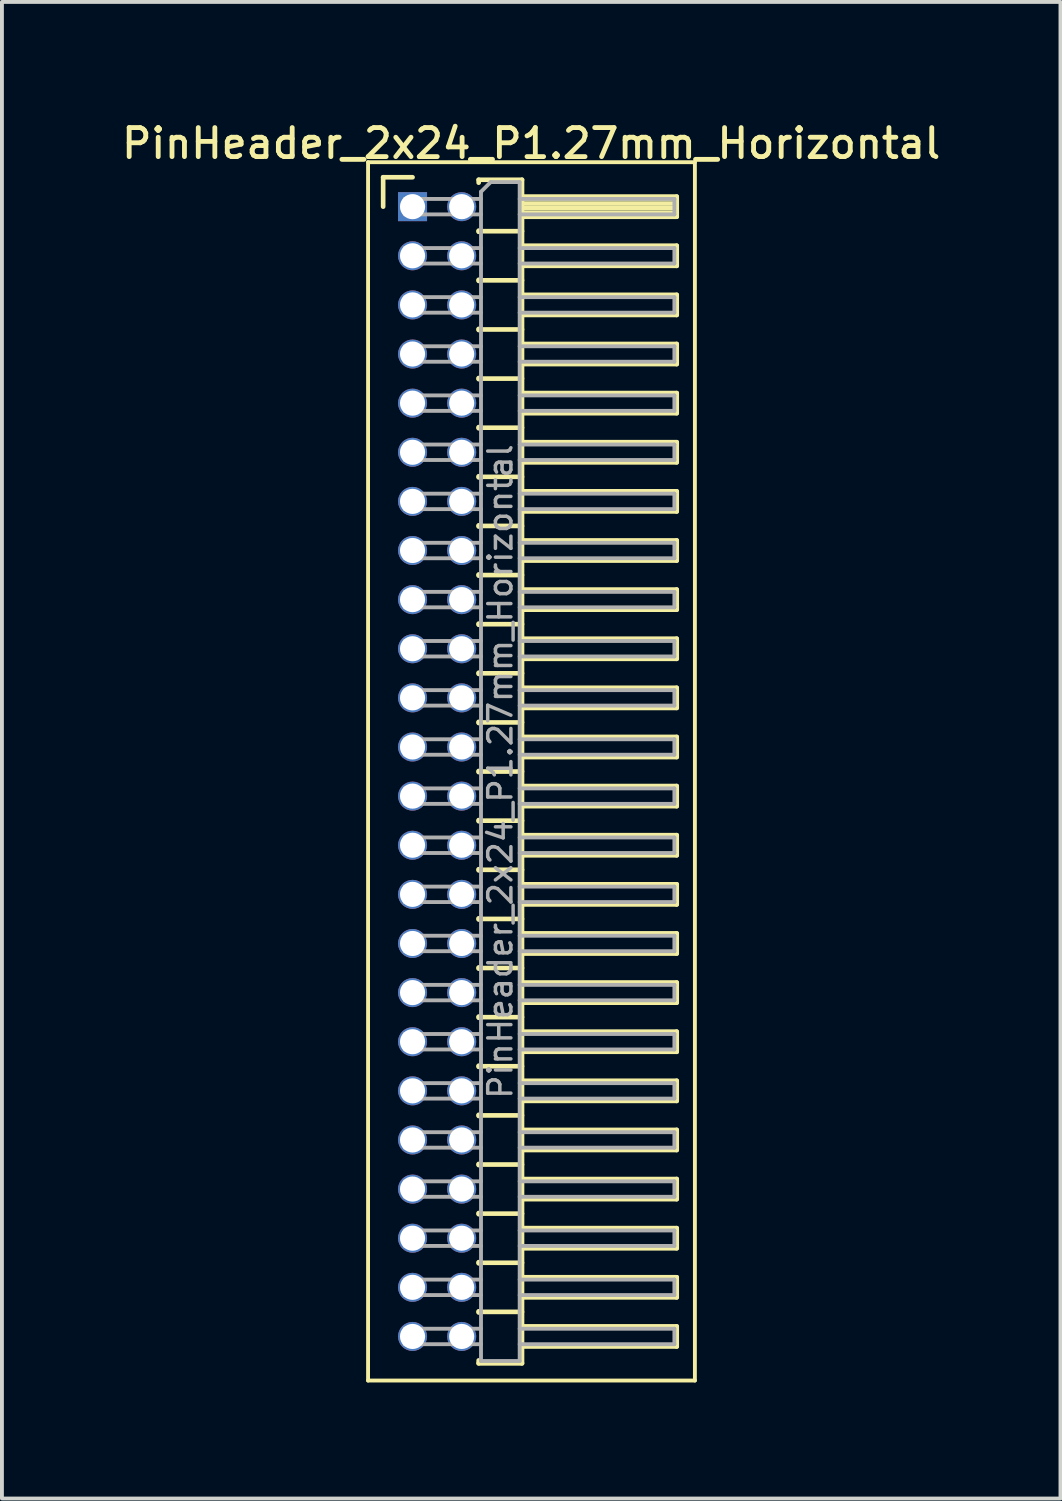
<source format=kicad_pcb>
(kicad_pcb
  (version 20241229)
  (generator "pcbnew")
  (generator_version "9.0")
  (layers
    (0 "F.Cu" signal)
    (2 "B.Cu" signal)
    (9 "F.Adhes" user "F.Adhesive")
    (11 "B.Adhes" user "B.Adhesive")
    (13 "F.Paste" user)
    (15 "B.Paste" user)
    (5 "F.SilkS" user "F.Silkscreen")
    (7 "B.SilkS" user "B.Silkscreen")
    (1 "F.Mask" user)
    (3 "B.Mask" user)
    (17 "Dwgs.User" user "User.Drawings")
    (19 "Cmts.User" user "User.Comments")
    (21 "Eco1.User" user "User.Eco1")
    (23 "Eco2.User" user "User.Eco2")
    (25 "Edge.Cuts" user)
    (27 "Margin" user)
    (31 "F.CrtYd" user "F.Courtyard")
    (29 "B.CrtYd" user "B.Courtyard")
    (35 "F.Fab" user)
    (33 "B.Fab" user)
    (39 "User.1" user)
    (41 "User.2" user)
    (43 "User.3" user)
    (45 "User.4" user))
  (footprint "PinHeader_2x24_P1.27mm_Horizontal"
    (layer "F.Cu")
    (at 7.616 2.293)
    (property "Reference" "PinHeader_2x24_P1.27mm_Horizontal" (at 3.067 -1.635 0) (layer "F.SilkS") (effects (font (size 0.75 0.75) (thickness 0.125))))
    (attr through_hole)
    (fp_line (start -1.15 -1.15) (end -1.15 30.35) (stroke (width 0.1) (type solid)) (layer "F.SilkS"))
    (fp_line (start -1.15 30.35) (end 7.3 30.35) (stroke (width 0.1) (type solid)) (layer "F.SilkS"))
    (fp_line (start -0.76 -0.76) (end 0 -0.76) (stroke (width 0.12) (type solid)) (layer "F.SilkS"))
    (fp_line (start -0.76 0) (end -0.76 -0.76) (stroke (width 0.12) (type solid)) (layer "F.SilkS"))
    (fp_line (start 1.71 -0.695) (end 2.83 -0.695) (stroke (width 0.12) (type solid)) (layer "F.SilkS"))
    (fp_line (start 1.71 -0.62) (end 1.71 -0.695) (stroke (width 0.12) (type solid)) (layer "F.SilkS"))
    (fp_line (start 1.71 0.62) (end 1.71 0.65) (stroke (width 0.12) (type solid)) (layer "F.SilkS"))
    (fp_line (start 1.71 0.635) (end 2.83 0.635) (stroke (width 0.12) (type solid)) (layer "F.SilkS"))
    (fp_line (start 1.71 1.89) (end 1.71 1.92) (stroke (width 0.12) (type solid)) (layer "F.SilkS"))
    (fp_line (start 1.71 1.905) (end 2.83 1.905) (stroke (width 0.12) (type solid)) (layer "F.SilkS"))
    (fp_line (start 1.71 3.16) (end 1.71 3.19) (stroke (width 0.12) (type solid)) (layer "F.SilkS"))
    (fp_line (start 1.71 3.175) (end 2.83 3.175) (stroke (width 0.12) (type solid)) (layer "F.SilkS"))
    (fp_line (start 1.71 4.43) (end 1.71 4.46) (stroke (width 0.12) (type solid)) (layer "F.SilkS"))
    (fp_line (start 1.71 4.445) (end 2.83 4.445) (stroke (width 0.12) (type solid)) (layer "F.SilkS"))
    (fp_line (start 1.71 5.7) (end 1.71 5.73) (stroke (width 0.12) (type solid)) (layer "F.SilkS"))
    (fp_line (start 1.71 5.715) (end 2.83 5.715) (stroke (width 0.12) (type solid)) (layer "F.SilkS"))
    (fp_line (start 1.71 6.97) (end 1.71 7) (stroke (width 0.12) (type solid)) (layer "F.SilkS"))
    (fp_line (start 1.71 6.985) (end 2.83 6.985) (stroke (width 0.12) (type solid)) (layer "F.SilkS"))
    (fp_line (start 1.71 8.24) (end 1.71 8.27) (stroke (width 0.12) (type solid)) (layer "F.SilkS"))
    (fp_line (start 1.71 8.255) (end 2.83 8.255) (stroke (width 0.12) (type solid)) (layer "F.SilkS"))
    (fp_line (start 1.71 9.51) (end 1.71 9.54) (stroke (width 0.12) (type solid)) (layer "F.SilkS"))
    (fp_line (start 1.71 9.525) (end 2.83 9.525) (stroke (width 0.12) (type solid)) (layer "F.SilkS"))
    (fp_line (start 1.71 10.78) (end 1.71 10.81) (stroke (width 0.12) (type solid)) (layer "F.SilkS"))
    (fp_line (start 1.71 10.795) (end 2.83 10.795) (stroke (width 0.12) (type solid)) (layer "F.SilkS"))
    (fp_line (start 1.71 12.05) (end 1.71 12.08) (stroke (width 0.12) (type solid)) (layer "F.SilkS"))
    (fp_line (start 1.71 12.065) (end 2.83 12.065) (stroke (width 0.12) (type solid)) (layer "F.SilkS"))
    (fp_line (start 1.71 13.32) (end 1.71 13.35) (stroke (width 0.12) (type solid)) (layer "F.SilkS"))
    (fp_line (start 1.71 13.335) (end 2.83 13.335) (stroke (width 0.12) (type solid)) (layer "F.SilkS"))
    (fp_line (start 1.71 14.59) (end 1.71 14.62) (stroke (width 0.12) (type solid)) (layer "F.SilkS"))
    (fp_line (start 1.71 14.605) (end 2.83 14.605) (stroke (width 0.12) (type solid)) (layer "F.SilkS"))
    (fp_line (start 1.71 15.86) (end 1.71 15.89) (stroke (width 0.12) (type solid)) (layer "F.SilkS"))
    (fp_line (start 1.71 15.875) (end 2.83 15.875) (stroke (width 0.12) (type solid)) (layer "F.SilkS"))
    (fp_line (start 1.71 17.13) (end 1.71 17.16) (stroke (width 0.12) (type solid)) (layer "F.SilkS"))
    (fp_line (start 1.71 17.145) (end 2.83 17.145) (stroke (width 0.12) (type solid)) (layer "F.SilkS"))
    (fp_line (start 1.71 18.4) (end 1.71 18.43) (stroke (width 0.12) (type solid)) (layer "F.SilkS"))
    (fp_line (start 1.71 18.415) (end 2.83 18.415) (stroke (width 0.12) (type solid)) (layer "F.SilkS"))
    (fp_line (start 1.71 19.67) (end 1.71 19.7) (stroke (width 0.12) (type solid)) (layer "F.SilkS"))
    (fp_line (start 1.71 19.685) (end 2.83 19.685) (stroke (width 0.12) (type solid)) (layer "F.SilkS"))
    (fp_line (start 1.71 20.94) (end 1.71 20.97) (stroke (width 0.12) (type solid)) (layer "F.SilkS"))
    (fp_line (start 1.71 20.955) (end 2.83 20.955) (stroke (width 0.12) (type solid)) (layer "F.SilkS"))
    (fp_line (start 1.71 22.21) (end 1.71 22.24) (stroke (width 0.12) (type solid)) (layer "F.SilkS"))
    (fp_line (start 1.71 22.225) (end 2.83 22.225) (stroke (width 0.12) (type solid)) (layer "F.SilkS"))
    (fp_line (start 1.71 23.48) (end 1.71 23.51) (stroke (width 0.12) (type solid)) (layer "F.SilkS"))
    (fp_line (start 1.71 23.495) (end 2.83 23.495) (stroke (width 0.12) (type solid)) (layer "F.SilkS"))
    (fp_line (start 1.71 24.75) (end 1.71 24.78) (stroke (width 0.12) (type solid)) (layer "F.SilkS"))
    (fp_line (start 1.71 24.765) (end 2.83 24.765) (stroke (width 0.12) (type solid)) (layer "F.SilkS"))
    (fp_line (start 1.71 26.02) (end 1.71 26.05) (stroke (width 0.12) (type solid)) (layer "F.SilkS"))
    (fp_line (start 1.71 26.035) (end 2.83 26.035) (stroke (width 0.12) (type solid)) (layer "F.SilkS"))
    (fp_line (start 1.71 27.29) (end 1.71 27.32) (stroke (width 0.12) (type solid)) (layer "F.SilkS"))
    (fp_line (start 1.71 27.305) (end 2.83 27.305) (stroke (width 0.12) (type solid)) (layer "F.SilkS"))
    (fp_line (start 1.71 28.56) (end 1.71 28.59) (stroke (width 0.12) (type solid)) (layer "F.SilkS"))
    (fp_line (start 1.71 28.575) (end 2.83 28.575) (stroke (width 0.12) (type solid)) (layer "F.SilkS"))
    (fp_line (start 1.71 29.905) (end 1.71 29.83) (stroke (width 0.12) (type solid)) (layer "F.SilkS"))
    (fp_line (start 2.83 -0.695) (end 2.83 29.905) (stroke (width 0.12) (type solid)) (layer "F.SilkS"))
    (fp_line (start 2.83 -0.26) (end 6.83 -0.26) (stroke (width 0.12) (type solid)) (layer "F.SilkS"))
    (fp_line (start 2.83 -0.2) (end 6.83 -0.2) (stroke (width 0.12) (type solid)) (layer "F.SilkS"))
    (fp_line (start 2.83 -0.08) (end 6.83 -0.08) (stroke (width 0.12) (type solid)) (layer "F.SilkS"))
    (fp_line (start 2.83 0.04) (end 6.83 0.04) (stroke (width 0.12) (type solid)) (layer "F.SilkS"))
    (fp_line (start 2.83 0.16) (end 6.83 0.16) (stroke (width 0.12) (type solid)) (layer "F.SilkS"))
    (fp_line (start 2.83 1.01) (end 6.83 1.01) (stroke (width 0.12) (type solid)) (layer "F.SilkS"))
    (fp_line (start 2.83 2.28) (end 6.83 2.28) (stroke (width 0.12) (type solid)) (layer "F.SilkS"))
    (fp_line (start 2.83 3.55) (end 6.83 3.55) (stroke (width 0.12) (type solid)) (layer "F.SilkS"))
    (fp_line (start 2.83 4.82) (end 6.83 4.82) (stroke (width 0.12) (type solid)) (layer "F.SilkS"))
    (fp_line (start 2.83 6.09) (end 6.83 6.09) (stroke (width 0.12) (type solid)) (layer "F.SilkS"))
    (fp_line (start 2.83 7.36) (end 6.83 7.36) (stroke (width 0.12) (type solid)) (layer "F.SilkS"))
    (fp_line (start 2.83 8.63) (end 6.83 8.63) (stroke (width 0.12) (type solid)) (layer "F.SilkS"))
    (fp_line (start 2.83 9.9) (end 6.83 9.9) (stroke (width 0.12) (type solid)) (layer "F.SilkS"))
    (fp_line (start 2.83 11.17) (end 6.83 11.17) (stroke (width 0.12) (type solid)) (layer "F.SilkS"))
    (fp_line (start 2.83 12.44) (end 6.83 12.44) (stroke (width 0.12) (type solid)) (layer "F.SilkS"))
    (fp_line (start 2.83 13.71) (end 6.83 13.71) (stroke (width 0.12) (type solid)) (layer "F.SilkS"))
    (fp_line (start 2.83 14.98) (end 6.83 14.98) (stroke (width 0.12) (type solid)) (layer "F.SilkS"))
    (fp_line (start 2.83 16.25) (end 6.83 16.25) (stroke (width 0.12) (type solid)) (layer "F.SilkS"))
    (fp_line (start 2.83 17.52) (end 6.83 17.52) (stroke (width 0.12) (type solid)) (layer "F.SilkS"))
    (fp_line (start 2.83 18.79) (end 6.83 18.79) (stroke (width 0.12) (type solid)) (layer "F.SilkS"))
    (fp_line (start 2.83 20.06) (end 6.83 20.06) (stroke (width 0.12) (type solid)) (layer "F.SilkS"))
    (fp_line (start 2.83 21.33) (end 6.83 21.33) (stroke (width 0.12) (type solid)) (layer "F.SilkS"))
    (fp_line (start 2.83 22.6) (end 6.83 22.6) (stroke (width 0.12) (type solid)) (layer "F.SilkS"))
    (fp_line (start 2.83 23.87) (end 6.83 23.87) (stroke (width 0.12) (type solid)) (layer "F.SilkS"))
    (fp_line (start 2.83 25.14) (end 6.83 25.14) (stroke (width 0.12) (type solid)) (layer "F.SilkS"))
    (fp_line (start 2.83 26.41) (end 6.83 26.41) (stroke (width 0.12) (type solid)) (layer "F.SilkS"))
    (fp_line (start 2.83 27.68) (end 6.83 27.68) (stroke (width 0.12) (type solid)) (layer "F.SilkS"))
    (fp_line (start 2.83 28.95) (end 6.83 28.95) (stroke (width 0.12) (type solid)) (layer "F.SilkS"))
    (fp_line (start 2.83 29.905) (end 1.71 29.905) (stroke (width 0.12) (type solid)) (layer "F.SilkS"))
    (fp_line (start 6.83 -0.26) (end 6.83 0.26) (stroke (width 0.12) (type solid)) (layer "F.SilkS"))
    (fp_line (start 6.83 0.26) (end 2.83 0.26) (stroke (width 0.12) (type solid)) (layer "F.SilkS"))
    (fp_line (start 6.83 1.01) (end 6.83 1.53) (stroke (width 0.12) (type solid)) (layer "F.SilkS"))
    (fp_line (start 6.83 1.53) (end 2.83 1.53) (stroke (width 0.12) (type solid)) (layer "F.SilkS"))
    (fp_line (start 6.83 2.28) (end 6.83 2.8) (stroke (width 0.12) (type solid)) (layer "F.SilkS"))
    (fp_line (start 6.83 2.8) (end 2.83 2.8) (stroke (width 0.12) (type solid)) (layer "F.SilkS"))
    (fp_line (start 6.83 3.55) (end 6.83 4.07) (stroke (width 0.12) (type solid)) (layer "F.SilkS"))
    (fp_line (start 6.83 4.07) (end 2.83 4.07) (stroke (width 0.12) (type solid)) (layer "F.SilkS"))
    (fp_line (start 6.83 4.82) (end 6.83 5.34) (stroke (width 0.12) (type solid)) (layer "F.SilkS"))
    (fp_line (start 6.83 5.34) (end 2.83 5.34) (stroke (width 0.12) (type solid)) (layer "F.SilkS"))
    (fp_line (start 6.83 6.09) (end 6.83 6.61) (stroke (width 0.12) (type solid)) (layer "F.SilkS"))
    (fp_line (start 6.83 6.61) (end 2.83 6.61) (stroke (width 0.12) (type solid)) (layer "F.SilkS"))
    (fp_line (start 6.83 7.36) (end 6.83 7.88) (stroke (width 0.12) (type solid)) (layer "F.SilkS"))
    (fp_line (start 6.83 7.88) (end 2.83 7.88) (stroke (width 0.12) (type solid)) (layer "F.SilkS"))
    (fp_line (start 6.83 8.63) (end 6.83 9.15) (stroke (width 0.12) (type solid)) (layer "F.SilkS"))
    (fp_line (start 6.83 9.15) (end 2.83 9.15) (stroke (width 0.12) (type solid)) (layer "F.SilkS"))
    (fp_line (start 6.83 9.9) (end 6.83 10.42) (stroke (width 0.12) (type solid)) (layer "F.SilkS"))
    (fp_line (start 6.83 10.42) (end 2.83 10.42) (stroke (width 0.12) (type solid)) (layer "F.SilkS"))
    (fp_line (start 6.83 11.17) (end 6.83 11.69) (stroke (width 0.12) (type solid)) (layer "F.SilkS"))
    (fp_line (start 6.83 11.69) (end 2.83 11.69) (stroke (width 0.12) (type solid)) (layer "F.SilkS"))
    (fp_line (start 6.83 12.44) (end 6.83 12.96) (stroke (width 0.12) (type solid)) (layer "F.SilkS"))
    (fp_line (start 6.83 12.96) (end 2.83 12.96) (stroke (width 0.12) (type solid)) (layer "F.SilkS"))
    (fp_line (start 6.83 13.71) (end 6.83 14.23) (stroke (width 0.12) (type solid)) (layer "F.SilkS"))
    (fp_line (start 6.83 14.23) (end 2.83 14.23) (stroke (width 0.12) (type solid)) (layer "F.SilkS"))
    (fp_line (start 6.83 14.98) (end 6.83 15.5) (stroke (width 0.12) (type solid)) (layer "F.SilkS"))
    (fp_line (start 6.83 15.5) (end 2.83 15.5) (stroke (width 0.12) (type solid)) (layer "F.SilkS"))
    (fp_line (start 6.83 16.25) (end 6.83 16.77) (stroke (width 0.12) (type solid)) (layer "F.SilkS"))
    (fp_line (start 6.83 16.77) (end 2.83 16.77) (stroke (width 0.12) (type solid)) (layer "F.SilkS"))
    (fp_line (start 6.83 17.52) (end 6.83 18.04) (stroke (width 0.12) (type solid)) (layer "F.SilkS"))
    (fp_line (start 6.83 18.04) (end 2.83 18.04) (stroke (width 0.12) (type solid)) (layer "F.SilkS"))
    (fp_line (start 6.83 18.79) (end 6.83 19.31) (stroke (width 0.12) (type solid)) (layer "F.SilkS"))
    (fp_line (start 6.83 19.31) (end 2.83 19.31) (stroke (width 0.12) (type solid)) (layer "F.SilkS"))
    (fp_line (start 6.83 20.06) (end 6.83 20.58) (stroke (width 0.12) (type solid)) (layer "F.SilkS"))
    (fp_line (start 6.83 20.58) (end 2.83 20.58) (stroke (width 0.12) (type solid)) (layer "F.SilkS"))
    (fp_line (start 6.83 21.33) (end 6.83 21.85) (stroke (width 0.12) (type solid)) (layer "F.SilkS"))
    (fp_line (start 6.83 21.85) (end 2.83 21.85) (stroke (width 0.12) (type solid)) (layer "F.SilkS"))
    (fp_line (start 6.83 22.6) (end 6.83 23.12) (stroke (width 0.12) (type solid)) (layer "F.SilkS"))
    (fp_line (start 6.83 23.12) (end 2.83 23.12) (stroke (width 0.12) (type solid)) (layer "F.SilkS"))
    (fp_line (start 6.83 23.87) (end 6.83 24.39) (stroke (width 0.12) (type solid)) (layer "F.SilkS"))
    (fp_line (start 6.83 24.39) (end 2.83 24.39) (stroke (width 0.12) (type solid)) (layer "F.SilkS"))
    (fp_line (start 6.83 25.14) (end 6.83 25.66) (stroke (width 0.12) (type solid)) (layer "F.SilkS"))
    (fp_line (start 6.83 25.66) (end 2.83 25.66) (stroke (width 0.12) (type solid)) (layer "F.SilkS"))
    (fp_line (start 6.83 26.41) (end 6.83 26.93) (stroke (width 0.12) (type solid)) (layer "F.SilkS"))
    (fp_line (start 6.83 26.93) (end 2.83 26.93) (stroke (width 0.12) (type solid)) (layer "F.SilkS"))
    (fp_line (start 6.83 27.68) (end 6.83 28.2) (stroke (width 0.12) (type solid)) (layer "F.SilkS"))
    (fp_line (start 6.83 28.2) (end 2.83 28.2) (stroke (width 0.12) (type solid)) (layer "F.SilkS"))
    (fp_line (start 6.83 28.95) (end 6.83 29.47) (stroke (width 0.12) (type solid)) (layer "F.SilkS"))
    (fp_line (start 6.83 29.47) (end 2.83 29.47) (stroke (width 0.12) (type solid)) (layer "F.SilkS"))
    (fp_line (start 7.3 -1.15) (end -1.15 -1.15) (stroke (width 0.1) (type solid)) (layer "F.SilkS"))
    (fp_line (start 7.3 30.35) (end 7.3 -1.15) (stroke (width 0.1) (type solid)) (layer "F.SilkS"))
    (fp_line (start -0.2 -0.2) (end -0.2 0.2) (stroke (width 0.1) (type solid)) (layer "F.Fab"))
    (fp_line (start -0.2 -0.2) (end 1.77 -0.2) (stroke (width 0.1) (type solid)) (layer "F.Fab"))
    (fp_line (start -0.2 0.2) (end 1.77 0.2) (stroke (width 0.1) (type solid)) (layer "F.Fab"))
    (fp_line (start -0.2 1.07) (end -0.2 1.47) (stroke (width 0.1) (type solid)) (layer "F.Fab"))
    (fp_line (start -0.2 1.07) (end 1.77 1.07) (stroke (width 0.1) (type solid)) (layer "F.Fab"))
    (fp_line (start -0.2 1.47) (end 1.77 1.47) (stroke (width 0.1) (type solid)) (layer "F.Fab"))
    (fp_line (start -0.2 2.34) (end -0.2 2.74) (stroke (width 0.1) (type solid)) (layer "F.Fab"))
    (fp_line (start -0.2 2.34) (end 1.77 2.34) (stroke (width 0.1) (type solid)) (layer "F.Fab"))
    (fp_line (start -0.2 2.74) (end 1.77 2.74) (stroke (width 0.1) (type solid)) (layer "F.Fab"))
    (fp_line (start -0.2 3.61) (end -0.2 4.01) (stroke (width 0.1) (type solid)) (layer "F.Fab"))
    (fp_line (start -0.2 3.61) (end 1.77 3.61) (stroke (width 0.1) (type solid)) (layer "F.Fab"))
    (fp_line (start -0.2 4.01) (end 1.77 4.01) (stroke (width 0.1) (type solid)) (layer "F.Fab"))
    (fp_line (start -0.2 4.88) (end -0.2 5.28) (stroke (width 0.1) (type solid)) (layer "F.Fab"))
    (fp_line (start -0.2 4.88) (end 1.77 4.88) (stroke (width 0.1) (type solid)) (layer "F.Fab"))
    (fp_line (start -0.2 5.28) (end 1.77 5.28) (stroke (width 0.1) (type solid)) (layer "F.Fab"))
    (fp_line (start -0.2 6.15) (end -0.2 6.55) (stroke (width 0.1) (type solid)) (layer "F.Fab"))
    (fp_line (start -0.2 6.15) (end 1.77 6.15) (stroke (width 0.1) (type solid)) (layer "F.Fab"))
    (fp_line (start -0.2 6.55) (end 1.77 6.55) (stroke (width 0.1) (type solid)) (layer "F.Fab"))
    (fp_line (start -0.2 7.42) (end -0.2 7.82) (stroke (width 0.1) (type solid)) (layer "F.Fab"))
    (fp_line (start -0.2 7.42) (end 1.77 7.42) (stroke (width 0.1) (type solid)) (layer "F.Fab"))
    (fp_line (start -0.2 7.82) (end 1.77 7.82) (stroke (width 0.1) (type solid)) (layer "F.Fab"))
    (fp_line (start -0.2 8.69) (end -0.2 9.09) (stroke (width 0.1) (type solid)) (layer "F.Fab"))
    (fp_line (start -0.2 8.69) (end 1.77 8.69) (stroke (width 0.1) (type solid)) (layer "F.Fab"))
    (fp_line (start -0.2 9.09) (end 1.77 9.09) (stroke (width 0.1) (type solid)) (layer "F.Fab"))
    (fp_line (start -0.2 9.96) (end -0.2 10.36) (stroke (width 0.1) (type solid)) (layer "F.Fab"))
    (fp_line (start -0.2 9.96) (end 1.77 9.96) (stroke (width 0.1) (type solid)) (layer "F.Fab"))
    (fp_line (start -0.2 10.36) (end 1.77 10.36) (stroke (width 0.1) (type solid)) (layer "F.Fab"))
    (fp_line (start -0.2 11.23) (end -0.2 11.63) (stroke (width 0.1) (type solid)) (layer "F.Fab"))
    (fp_line (start -0.2 11.23) (end 1.77 11.23) (stroke (width 0.1) (type solid)) (layer "F.Fab"))
    (fp_line (start -0.2 11.63) (end 1.77 11.63) (stroke (width 0.1) (type solid)) (layer "F.Fab"))
    (fp_line (start -0.2 12.5) (end -0.2 12.9) (stroke (width 0.1) (type solid)) (layer "F.Fab"))
    (fp_line (start -0.2 12.5) (end 1.77 12.5) (stroke (width 0.1) (type solid)) (layer "F.Fab"))
    (fp_line (start -0.2 12.9) (end 1.77 12.9) (stroke (width 0.1) (type solid)) (layer "F.Fab"))
    (fp_line (start -0.2 13.77) (end -0.2 14.17) (stroke (width 0.1) (type solid)) (layer "F.Fab"))
    (fp_line (start -0.2 13.77) (end 1.77 13.77) (stroke (width 0.1) (type solid)) (layer "F.Fab"))
    (fp_line (start -0.2 14.17) (end 1.77 14.17) (stroke (width 0.1) (type solid)) (layer "F.Fab"))
    (fp_line (start -0.2 15.04) (end -0.2 15.44) (stroke (width 0.1) (type solid)) (layer "F.Fab"))
    (fp_line (start -0.2 15.04) (end 1.77 15.04) (stroke (width 0.1) (type solid)) (layer "F.Fab"))
    (fp_line (start -0.2 15.44) (end 1.77 15.44) (stroke (width 0.1) (type solid)) (layer "F.Fab"))
    (fp_line (start -0.2 16.31) (end -0.2 16.71) (stroke (width 0.1) (type solid)) (layer "F.Fab"))
    (fp_line (start -0.2 16.31) (end 1.77 16.31) (stroke (width 0.1) (type solid)) (layer "F.Fab"))
    (fp_line (start -0.2 16.71) (end 1.77 16.71) (stroke (width 0.1) (type solid)) (layer "F.Fab"))
    (fp_line (start -0.2 17.58) (end -0.2 17.98) (stroke (width 0.1) (type solid)) (layer "F.Fab"))
    (fp_line (start -0.2 17.58) (end 1.77 17.58) (stroke (width 0.1) (type solid)) (layer "F.Fab"))
    (fp_line (start -0.2 17.98) (end 1.77 17.98) (stroke (width 0.1) (type solid)) (layer "F.Fab"))
    (fp_line (start -0.2 18.85) (end -0.2 19.25) (stroke (width 0.1) (type solid)) (layer "F.Fab"))
    (fp_line (start -0.2 18.85) (end 1.77 18.85) (stroke (width 0.1) (type solid)) (layer "F.Fab"))
    (fp_line (start -0.2 19.25) (end 1.77 19.25) (stroke (width 0.1) (type solid)) (layer "F.Fab"))
    (fp_line (start -0.2 20.12) (end -0.2 20.52) (stroke (width 0.1) (type solid)) (layer "F.Fab"))
    (fp_line (start -0.2 20.12) (end 1.77 20.12) (stroke (width 0.1) (type solid)) (layer "F.Fab"))
    (fp_line (start -0.2 20.52) (end 1.77 20.52) (stroke (width 0.1) (type solid)) (layer "F.Fab"))
    (fp_line (start -0.2 21.39) (end -0.2 21.79) (stroke (width 0.1) (type solid)) (layer "F.Fab"))
    (fp_line (start -0.2 21.39) (end 1.77 21.39) (stroke (width 0.1) (type solid)) (layer "F.Fab"))
    (fp_line (start -0.2 21.79) (end 1.77 21.79) (stroke (width 0.1) (type solid)) (layer "F.Fab"))
    (fp_line (start -0.2 22.66) (end -0.2 23.06) (stroke (width 0.1) (type solid)) (layer "F.Fab"))
    (fp_line (start -0.2 22.66) (end 1.77 22.66) (stroke (width 0.1) (type solid)) (layer "F.Fab"))
    (fp_line (start -0.2 23.06) (end 1.77 23.06) (stroke (width 0.1) (type solid)) (layer "F.Fab"))
    (fp_line (start -0.2 23.93) (end -0.2 24.33) (stroke (width 0.1) (type solid)) (layer "F.Fab"))
    (fp_line (start -0.2 23.93) (end 1.77 23.93) (stroke (width 0.1) (type solid)) (layer "F.Fab"))
    (fp_line (start -0.2 24.33) (end 1.77 24.33) (stroke (width 0.1) (type solid)) (layer "F.Fab"))
    (fp_line (start -0.2 25.2) (end -0.2 25.6) (stroke (width 0.1) (type solid)) (layer "F.Fab"))
    (fp_line (start -0.2 25.2) (end 1.77 25.2) (stroke (width 0.1) (type solid)) (layer "F.Fab"))
    (fp_line (start -0.2 25.6) (end 1.77 25.6) (stroke (width 0.1) (type solid)) (layer "F.Fab"))
    (fp_line (start -0.2 26.47) (end -0.2 26.87) (stroke (width 0.1) (type solid)) (layer "F.Fab"))
    (fp_line (start -0.2 26.47) (end 1.77 26.47) (stroke (width 0.1) (type solid)) (layer "F.Fab"))
    (fp_line (start -0.2 26.87) (end 1.77 26.87) (stroke (width 0.1) (type solid)) (layer "F.Fab"))
    (fp_line (start -0.2 27.74) (end -0.2 28.14) (stroke (width 0.1) (type solid)) (layer "F.Fab"))
    (fp_line (start -0.2 27.74) (end 1.77 27.74) (stroke (width 0.1) (type solid)) (layer "F.Fab"))
    (fp_line (start -0.2 28.14) (end 1.77 28.14) (stroke (width 0.1) (type solid)) (layer "F.Fab"))
    (fp_line (start -0.2 29.01) (end -0.2 29.41) (stroke (width 0.1) (type solid)) (layer "F.Fab"))
    (fp_line (start -0.2 29.01) (end 1.77 29.01) (stroke (width 0.1) (type solid)) (layer "F.Fab"))
    (fp_line (start -0.2 29.41) (end 1.77 29.41) (stroke (width 0.1) (type solid)) (layer "F.Fab"))
    (fp_line (start 1.77 -0.385) (end 2.02 -0.635) (stroke (width 0.1) (type solid)) (layer "F.Fab"))
    (fp_line (start 1.77 29.845) (end 1.77 -0.385) (stroke (width 0.1) (type solid)) (layer "F.Fab"))
    (fp_line (start 2.02 -0.635) (end 2.77 -0.635) (stroke (width 0.1) (type solid)) (layer "F.Fab"))
    (fp_line (start 2.77 -0.635) (end 2.77 29.845) (stroke (width 0.1) (type solid)) (layer "F.Fab"))
    (fp_line (start 2.77 -0.2) (end 6.77 -0.2) (stroke (width 0.1) (type solid)) (layer "F.Fab"))
    (fp_line (start 2.77 0.2) (end 6.77 0.2) (stroke (width 0.1) (type solid)) (layer "F.Fab"))
    (fp_line (start 2.77 1.07) (end 6.77 1.07) (stroke (width 0.1) (type solid)) (layer "F.Fab"))
    (fp_line (start 2.77 1.47) (end 6.77 1.47) (stroke (width 0.1) (type solid)) (layer "F.Fab"))
    (fp_line (start 2.77 2.34) (end 6.77 2.34) (stroke (width 0.1) (type solid)) (layer "F.Fab"))
    (fp_line (start 2.77 2.74) (end 6.77 2.74) (stroke (width 0.1) (type solid)) (layer "F.Fab"))
    (fp_line (start 2.77 3.61) (end 6.77 3.61) (stroke (width 0.1) (type solid)) (layer "F.Fab"))
    (fp_line (start 2.77 4.01) (end 6.77 4.01) (stroke (width 0.1) (type solid)) (layer "F.Fab"))
    (fp_line (start 2.77 4.88) (end 6.77 4.88) (stroke (width 0.1) (type solid)) (layer "F.Fab"))
    (fp_line (start 2.77 5.28) (end 6.77 5.28) (stroke (width 0.1) (type solid)) (layer "F.Fab"))
    (fp_line (start 2.77 6.15) (end 6.77 6.15) (stroke (width 0.1) (type solid)) (layer "F.Fab"))
    (fp_line (start 2.77 6.55) (end 6.77 6.55) (stroke (width 0.1) (type solid)) (layer "F.Fab"))
    (fp_line (start 2.77 7.42) (end 6.77 7.42) (stroke (width 0.1) (type solid)) (layer "F.Fab"))
    (fp_line (start 2.77 7.82) (end 6.77 7.82) (stroke (width 0.1) (type solid)) (layer "F.Fab"))
    (fp_line (start 2.77 8.69) (end 6.77 8.69) (stroke (width 0.1) (type solid)) (layer "F.Fab"))
    (fp_line (start 2.77 9.09) (end 6.77 9.09) (stroke (width 0.1) (type solid)) (layer "F.Fab"))
    (fp_line (start 2.77 9.96) (end 6.77 9.96) (stroke (width 0.1) (type solid)) (layer "F.Fab"))
    (fp_line (start 2.77 10.36) (end 6.77 10.36) (stroke (width 0.1) (type solid)) (layer "F.Fab"))
    (fp_line (start 2.77 11.23) (end 6.77 11.23) (stroke (width 0.1) (type solid)) (layer "F.Fab"))
    (fp_line (start 2.77 11.63) (end 6.77 11.63) (stroke (width 0.1) (type solid)) (layer "F.Fab"))
    (fp_line (start 2.77 12.5) (end 6.77 12.5) (stroke (width 0.1) (type solid)) (layer "F.Fab"))
    (fp_line (start 2.77 12.9) (end 6.77 12.9) (stroke (width 0.1) (type solid)) (layer "F.Fab"))
    (fp_line (start 2.77 13.77) (end 6.77 13.77) (stroke (width 0.1) (type solid)) (layer "F.Fab"))
    (fp_line (start 2.77 14.17) (end 6.77 14.17) (stroke (width 0.1) (type solid)) (layer "F.Fab"))
    (fp_line (start 2.77 15.04) (end 6.77 15.04) (stroke (width 0.1) (type solid)) (layer "F.Fab"))
    (fp_line (start 2.77 15.44) (end 6.77 15.44) (stroke (width 0.1) (type solid)) (layer "F.Fab"))
    (fp_line (start 2.77 16.31) (end 6.77 16.31) (stroke (width 0.1) (type solid)) (layer "F.Fab"))
    (fp_line (start 2.77 16.71) (end 6.77 16.71) (stroke (width 0.1) (type solid)) (layer "F.Fab"))
    (fp_line (start 2.77 17.58) (end 6.77 17.58) (stroke (width 0.1) (type solid)) (layer "F.Fab"))
    (fp_line (start 2.77 17.98) (end 6.77 17.98) (stroke (width 0.1) (type solid)) (layer "F.Fab"))
    (fp_line (start 2.77 18.85) (end 6.77 18.85) (stroke (width 0.1) (type solid)) (layer "F.Fab"))
    (fp_line (start 2.77 19.25) (end 6.77 19.25) (stroke (width 0.1) (type solid)) (layer "F.Fab"))
    (fp_line (start 2.77 20.12) (end 6.77 20.12) (stroke (width 0.1) (type solid)) (layer "F.Fab"))
    (fp_line (start 2.77 20.52) (end 6.77 20.52) (stroke (width 0.1) (type solid)) (layer "F.Fab"))
    (fp_line (start 2.77 21.39) (end 6.77 21.39) (stroke (width 0.1) (type solid)) (layer "F.Fab"))
    (fp_line (start 2.77 21.79) (end 6.77 21.79) (stroke (width 0.1) (type solid)) (layer "F.Fab"))
    (fp_line (start 2.77 22.66) (end 6.77 22.66) (stroke (width 0.1) (type solid)) (layer "F.Fab"))
    (fp_line (start 2.77 23.06) (end 6.77 23.06) (stroke (width 0.1) (type solid)) (layer "F.Fab"))
    (fp_line (start 2.77 23.93) (end 6.77 23.93) (stroke (width 0.1) (type solid)) (layer "F.Fab"))
    (fp_line (start 2.77 24.33) (end 6.77 24.33) (stroke (width 0.1) (type solid)) (layer "F.Fab"))
    (fp_line (start 2.77 25.2) (end 6.77 25.2) (stroke (width 0.1) (type solid)) (layer "F.Fab"))
    (fp_line (start 2.77 25.6) (end 6.77 25.6) (stroke (width 0.1) (type solid)) (layer "F.Fab"))
    (fp_line (start 2.77 26.47) (end 6.77 26.47) (stroke (width 0.1) (type solid)) (layer "F.Fab"))
    (fp_line (start 2.77 26.87) (end 6.77 26.87) (stroke (width 0.1) (type solid)) (layer "F.Fab"))
    (fp_line (start 2.77 27.74) (end 6.77 27.74) (stroke (width 0.1) (type solid)) (layer "F.Fab"))
    (fp_line (start 2.77 28.14) (end 6.77 28.14) (stroke (width 0.1) (type solid)) (layer "F.Fab"))
    (fp_line (start 2.77 29.01) (end 6.77 29.01) (stroke (width 0.1) (type solid)) (layer "F.Fab"))
    (fp_line (start 2.77 29.41) (end 6.77 29.41) (stroke (width 0.1) (type solid)) (layer "F.Fab"))
    (fp_line (start 2.77 29.845) (end 1.77 29.845) (stroke (width 0.1) (type solid)) (layer "F.Fab"))
    (fp_line (start 6.77 -0.2) (end 6.77 0.2) (stroke (width 0.1) (type solid)) (layer "F.Fab"))
    (fp_line (start 6.77 1.07) (end 6.77 1.47) (stroke (width 0.1) (type solid)) (layer "F.Fab"))
    (fp_line (start 6.77 2.34) (end 6.77 2.74) (stroke (width 0.1) (type solid)) (layer "F.Fab"))
    (fp_line (start 6.77 3.61) (end 6.77 4.01) (stroke (width 0.1) (type solid)) (layer "F.Fab"))
    (fp_line (start 6.77 4.88) (end 6.77 5.28) (stroke (width 0.1) (type solid)) (layer "F.Fab"))
    (fp_line (start 6.77 6.15) (end 6.77 6.55) (stroke (width 0.1) (type solid)) (layer "F.Fab"))
    (fp_line (start 6.77 7.42) (end 6.77 7.82) (stroke (width 0.1) (type solid)) (layer "F.Fab"))
    (fp_line (start 6.77 8.69) (end 6.77 9.09) (stroke (width 0.1) (type solid)) (layer "F.Fab"))
    (fp_line (start 6.77 9.96) (end 6.77 10.36) (stroke (width 0.1) (type solid)) (layer "F.Fab"))
    (fp_line (start 6.77 11.23) (end 6.77 11.63) (stroke (width 0.1) (type solid)) (layer "F.Fab"))
    (fp_line (start 6.77 12.5) (end 6.77 12.9) (stroke (width 0.1) (type solid)) (layer "F.Fab"))
    (fp_line (start 6.77 13.77) (end 6.77 14.17) (stroke (width 0.1) (type solid)) (layer "F.Fab"))
    (fp_line (start 6.77 15.04) (end 6.77 15.44) (stroke (width 0.1) (type solid)) (layer "F.Fab"))
    (fp_line (start 6.77 16.31) (end 6.77 16.71) (stroke (width 0.1) (type solid)) (layer "F.Fab"))
    (fp_line (start 6.77 17.58) (end 6.77 17.98) (stroke (width 0.1) (type solid)) (layer "F.Fab"))
    (fp_line (start 6.77 18.85) (end 6.77 19.25) (stroke (width 0.1) (type solid)) (layer "F.Fab"))
    (fp_line (start 6.77 20.12) (end 6.77 20.52) (stroke (width 0.1) (type solid)) (layer "F.Fab"))
    (fp_line (start 6.77 21.39) (end 6.77 21.79) (stroke (width 0.1) (type solid)) (layer "F.Fab"))
    (fp_line (start 6.77 22.66) (end 6.77 23.06) (stroke (width 0.1) (type solid)) (layer "F.Fab"))
    (fp_line (start 6.77 23.93) (end 6.77 24.33) (stroke (width 0.1) (type solid)) (layer "F.Fab"))
    (fp_line (start 6.77 25.2) (end 6.77 25.6) (stroke (width 0.1) (type solid)) (layer "F.Fab"))
    (fp_line (start 6.77 26.47) (end 6.77 26.87) (stroke (width 0.1) (type solid)) (layer "F.Fab"))
    (fp_line (start 6.77 27.74) (end 6.77 28.14) (stroke (width 0.1) (type solid)) (layer "F.Fab"))
    (fp_line (start 6.77 29.01) (end 6.77 29.41) (stroke (width 0.1) (type solid)) (layer "F.Fab"))
    (fp_text user "${REFERENCE}" (at 2.27 14.605 90) (layer "F.Fab") (effects (font (size 0.6 0.6) (thickness 0.09))))
    (pad "1" thru_hole rect (at 0 0) (size 0.75 0.75) (drill 0.65) (layers "*.Cu" "*.Mask"))
    (pad "2" thru_hole oval (at 1.27 0) (size 0.75 0.75) (drill 0.65) (layers "*.Cu" "*.Mask"))
    (pad "3" thru_hole oval (at 0 1.27) (size 0.75 0.75) (drill 0.65) (layers "*.Cu" "*.Mask"))
    (pad "4" thru_hole oval (at 1.27 1.27) (size 0.75 0.75) (drill 0.65) (layers "*.Cu" "*.Mask"))
    (pad "5" thru_hole oval (at 0 2.54) (size 0.75 0.75) (drill 0.65) (layers "*.Cu" "*.Mask"))
    (pad "6" thru_hole oval (at 1.27 2.54) (size 0.75 0.75) (drill 0.65) (layers "*.Cu" "*.Mask"))
    (pad "7" thru_hole oval (at 0 3.81) (size 0.75 0.75) (drill 0.65) (layers "*.Cu" "*.Mask"))
    (pad "8" thru_hole oval (at 1.27 3.81) (size 0.75 0.75) (drill 0.65) (layers "*.Cu" "*.Mask"))
    (pad "9" thru_hole oval (at 0 5.08) (size 0.75 0.75) (drill 0.65) (layers "*.Cu" "*.Mask"))
    (pad "10" thru_hole oval (at 1.27 5.08) (size 0.75 0.75) (drill 0.65) (layers "*.Cu" "*.Mask"))
    (pad "11" thru_hole oval (at 0 6.35) (size 0.75 0.75) (drill 0.65) (layers "*.Cu" "*.Mask"))
    (pad "12" thru_hole oval (at 1.27 6.35) (size 0.75 0.75) (drill 0.65) (layers "*.Cu" "*.Mask"))
    (pad "13" thru_hole oval (at 0 7.62) (size 0.75 0.75) (drill 0.65) (layers "*.Cu" "*.Mask"))
    (pad "14" thru_hole oval (at 1.27 7.62) (size 0.75 0.75) (drill 0.65) (layers "*.Cu" "*.Mask"))
    (pad "15" thru_hole oval (at 0 8.89) (size 0.75 0.75) (drill 0.65) (layers "*.Cu" "*.Mask"))
    (pad "16" thru_hole oval (at 1.27 8.89) (size 0.75 0.75) (drill 0.65) (layers "*.Cu" "*.Mask"))
    (pad "17" thru_hole oval (at 0 10.16) (size 0.75 0.75) (drill 0.65) (layers "*.Cu" "*.Mask"))
    (pad "18" thru_hole oval (at 1.27 10.16) (size 0.75 0.75) (drill 0.65) (layers "*.Cu" "*.Mask"))
    (pad "19" thru_hole oval (at 0 11.43) (size 0.75 0.75) (drill 0.65) (layers "*.Cu" "*.Mask"))
    (pad "20" thru_hole oval (at 1.27 11.43) (size 0.75 0.75) (drill 0.65) (layers "*.Cu" "*.Mask"))
    (pad "21" thru_hole oval (at 0 12.7) (size 0.75 0.75) (drill 0.65) (layers "*.Cu" "*.Mask"))
    (pad "22" thru_hole oval (at 1.27 12.7) (size 0.75 0.75) (drill 0.65) (layers "*.Cu" "*.Mask"))
    (pad "23" thru_hole oval (at 0 13.97) (size 0.75 0.75) (drill 0.65) (layers "*.Cu" "*.Mask"))
    (pad "24" thru_hole oval (at 1.27 13.97) (size 0.75 0.75) (drill 0.65) (layers "*.Cu" "*.Mask"))
    (pad "25" thru_hole oval (at 0 15.24) (size 0.75 0.75) (drill 0.65) (layers "*.Cu" "*.Mask"))
    (pad "26" thru_hole oval (at 1.27 15.24) (size 0.75 0.75) (drill 0.65) (layers "*.Cu" "*.Mask"))
    (pad "27" thru_hole oval (at 0 16.51) (size 0.75 0.75) (drill 0.65) (layers "*.Cu" "*.Mask"))
    (pad "28" thru_hole oval (at 1.27 16.51) (size 0.75 0.75) (drill 0.65) (layers "*.Cu" "*.Mask"))
    (pad "29" thru_hole oval (at 0 17.78) (size 0.75 0.75) (drill 0.65) (layers "*.Cu" "*.Mask"))
    (pad "30" thru_hole oval (at 1.27 17.78) (size 0.75 0.75) (drill 0.65) (layers "*.Cu" "*.Mask"))
    (pad "31" thru_hole oval (at 0 19.05) (size 0.75 0.75) (drill 0.65) (layers "*.Cu" "*.Mask"))
    (pad "32" thru_hole oval (at 1.27 19.05) (size 0.75 0.75) (drill 0.65) (layers "*.Cu" "*.Mask"))
    (pad "33" thru_hole oval (at 0 20.32) (size 0.75 0.75) (drill 0.65) (layers "*.Cu" "*.Mask"))
    (pad "34" thru_hole oval (at 1.27 20.32) (size 0.75 0.75) (drill 0.65) (layers "*.Cu" "*.Mask"))
    (pad "35" thru_hole oval (at 0 21.59) (size 0.75 0.75) (drill 0.65) (layers "*.Cu" "*.Mask"))
    (pad "36" thru_hole oval (at 1.27 21.59) (size 0.75 0.75) (drill 0.65) (layers "*.Cu" "*.Mask"))
    (pad "37" thru_hole oval (at 0 22.86) (size 0.75 0.75) (drill 0.65) (layers "*.Cu" "*.Mask"))
    (pad "38" thru_hole oval (at 1.27 22.86) (size 0.75 0.75) (drill 0.65) (layers "*.Cu" "*.Mask"))
    (pad "39" thru_hole oval (at 0 24.13) (size 0.75 0.75) (drill 0.65) (layers "*.Cu" "*.Mask"))
    (pad "40" thru_hole oval (at 1.27 24.13) (size 0.75 0.75) (drill 0.65) (layers "*.Cu" "*.Mask"))
    (pad "41" thru_hole oval (at 0 25.4) (size 0.75 0.75) (drill 0.65) (layers "*.Cu" "*.Mask"))
    (pad "42" thru_hole oval (at 1.27 25.4) (size 0.75 0.75) (drill 0.65) (layers "*.Cu" "*.Mask"))
    (pad "43" thru_hole oval (at 0 26.67) (size 0.75 0.75) (drill 0.65) (layers "*.Cu" "*.Mask"))
    (pad "44" thru_hole oval (at 1.27 26.67) (size 0.75 0.75) (drill 0.65) (layers "*.Cu" "*.Mask"))
    (pad "45" thru_hole oval (at 0 27.94) (size 0.75 0.75) (drill 0.65) (layers "*.Cu" "*.Mask"))
    (pad "46" thru_hole oval (at 1.27 27.94) (size 0.75 0.75) (drill 0.65) (layers "*.Cu" "*.Mask"))
    (pad "47" thru_hole oval (at 0 29.21) (size 0.75 0.75) (drill 0.65) (layers "*.Cu" "*.Mask"))
    (pad "48" thru_hole oval (at 1.27 29.21) (size 0.75 0.75) (drill 0.65) (layers "*.Cu" "*.Mask")))
  (gr_rect
    (start -3 -3)
    (end 24.368 35.693)
    (stroke (width 0.1) (type default))
    (fill no)
    (layer "Edge.Cuts")))
</source>
